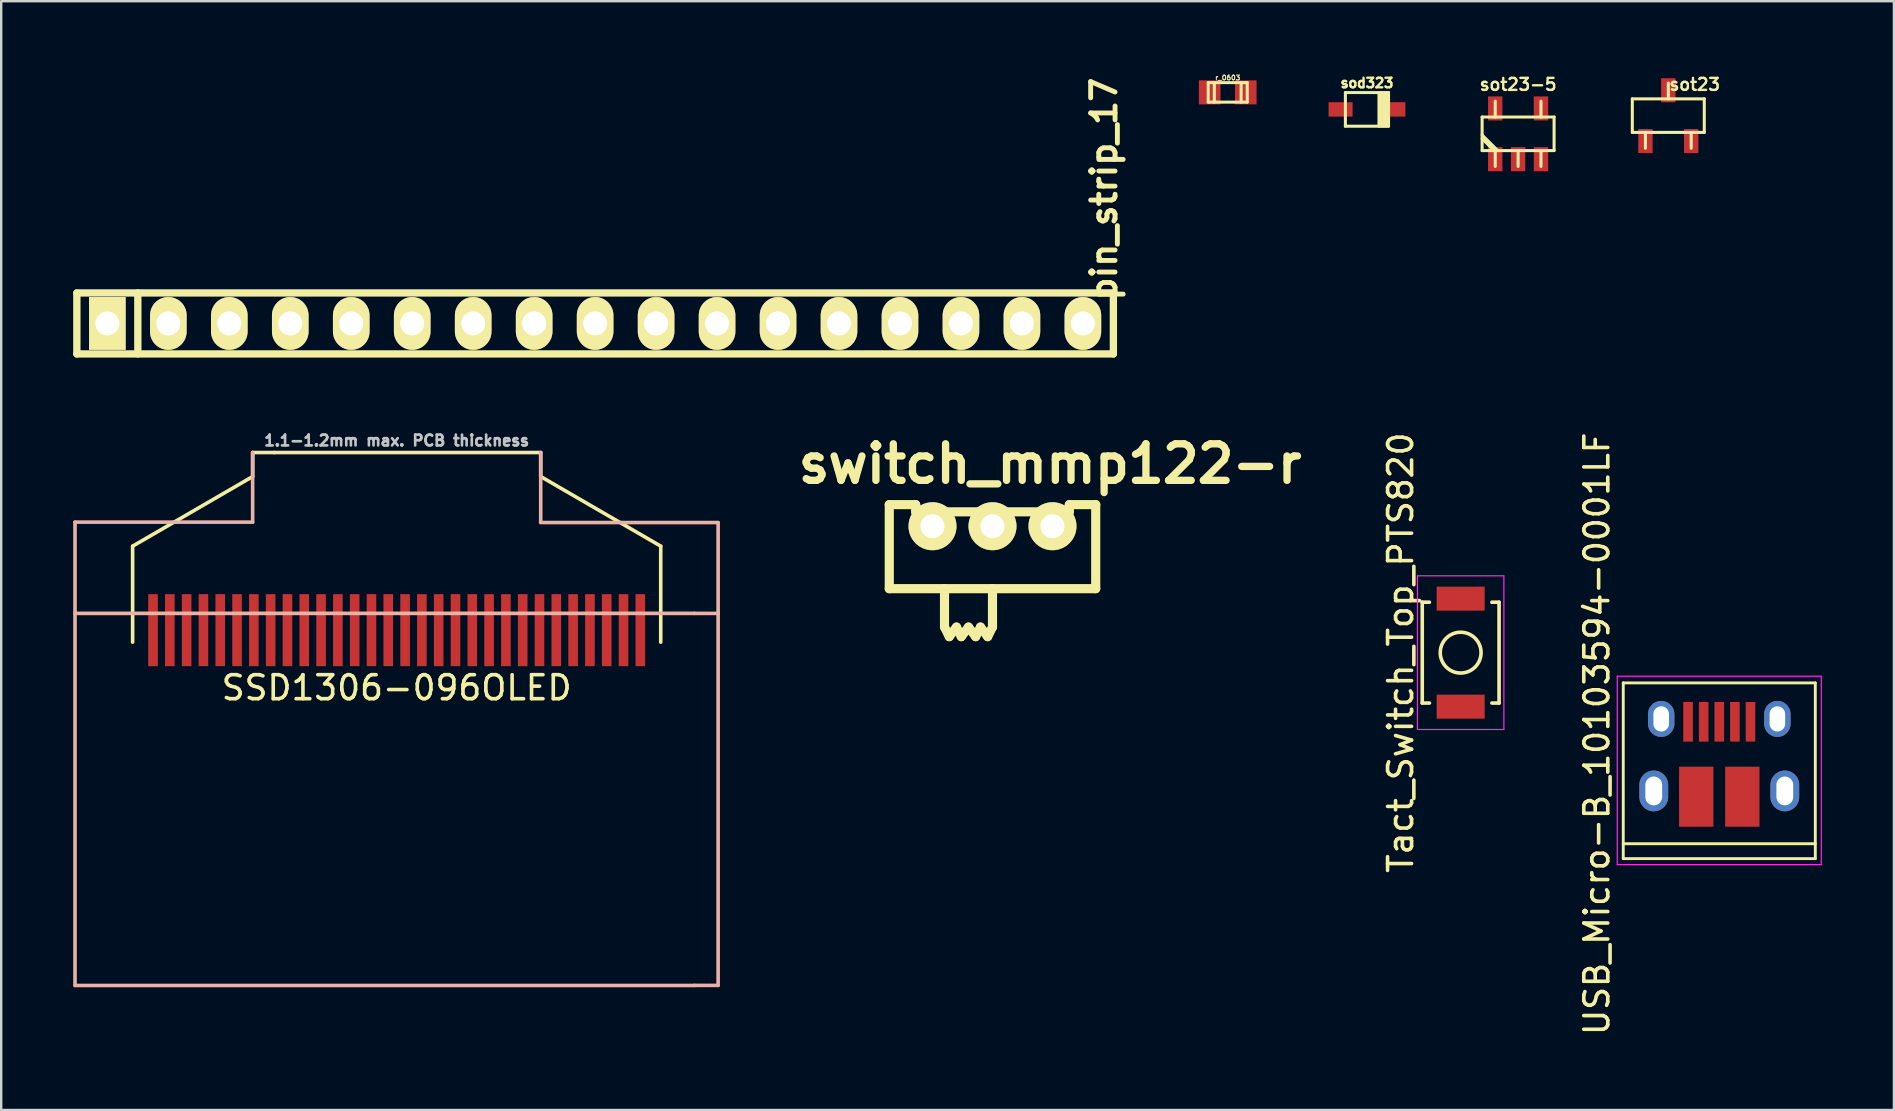
<source format=kicad_pcb>
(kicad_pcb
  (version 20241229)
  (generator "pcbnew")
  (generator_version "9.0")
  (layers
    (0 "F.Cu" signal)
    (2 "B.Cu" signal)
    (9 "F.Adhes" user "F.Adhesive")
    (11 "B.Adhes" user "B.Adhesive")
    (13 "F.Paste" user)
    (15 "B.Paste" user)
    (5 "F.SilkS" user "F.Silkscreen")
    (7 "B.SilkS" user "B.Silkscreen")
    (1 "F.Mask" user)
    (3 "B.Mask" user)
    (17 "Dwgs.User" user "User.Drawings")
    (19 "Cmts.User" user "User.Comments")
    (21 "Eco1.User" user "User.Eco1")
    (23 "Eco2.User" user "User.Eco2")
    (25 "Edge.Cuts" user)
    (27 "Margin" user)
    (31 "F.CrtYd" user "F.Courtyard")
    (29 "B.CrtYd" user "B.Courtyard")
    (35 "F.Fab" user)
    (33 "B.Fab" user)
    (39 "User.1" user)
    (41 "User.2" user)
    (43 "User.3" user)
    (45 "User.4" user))
  (footprint "sod323"
    (placed yes)
    (layer "F.Cu")
    (at 53.896 1.507)
    (property "Reference" "sod323" (at 0 -1.1 0) (layer "F.SilkS") (effects (font (size 0.399 0.399) (thickness 0.099))))
    (attr through_hole)
    (fp_line (start -0.899 -0.701) (end -0.899 0.701) (stroke (width 0.127) (type solid)) (layer "F.SilkS"))
    (fp_line (start -0.899 0.701) (end 0.899 0.701) (stroke (width 0.127) (type solid)) (layer "F.SilkS"))
    (fp_line (start 0.5 -0.701) (end 0.5 0.701) (stroke (width 0.127) (type solid)) (layer "F.SilkS"))
    (fp_line (start 0.599 -0.701) (end 0.599 0.701) (stroke (width 0.127) (type solid)) (layer "F.SilkS"))
    (fp_line (start 0.701 0.701) (end 0.701 -0.701) (stroke (width 0.127) (type solid)) (layer "F.SilkS"))
    (fp_line (start 0.8 -0.701) (end 0.8 0.701) (stroke (width 0.127) (type solid)) (layer "F.SilkS"))
    (fp_line (start 0.899 -0.701) (end -0.899 -0.701) (stroke (width 0.127) (type solid)) (layer "F.SilkS"))
    (fp_line (start 0.899 0.701) (end 0.899 -0.701) (stroke (width 0.127) (type solid)) (layer "F.SilkS"))
    (pad "1" smd rect (at -1.1 0) (size 1.001 0.599) (layers "F.Cu" "F.Mask" "F.Paste"))
    (pad "2" smd rect (at 1.1 0) (size 1.001 0.599) (layers "F.Cu" "F.Mask" "F.Paste")))
  (footprint "SSD1306-096OLED"
    (layer "F.Cu")
    (at 13.475 23.202)
    (property "Reference" "SSD1306-096OLED" (at 0 2.4 0) (layer "F.SilkS") (effects (font (size 1 1) (thickness 0.15))))
    (attr through_hole)
    (fp_line (start -11 0.5) (end -11 -3.5) (stroke (width 0.15) (type solid)) (layer "F.SilkS"))
    (fp_line (start -6 -7.4) (end -6 -6.4) (stroke (width 0.15) (type solid)) (layer "F.SilkS"))
    (fp_line (start -6 -7.4) (end -5.1 -7.4) (stroke (width 0.15) (type solid)) (layer "F.SilkS"))
    (fp_line (start -6 -6.4) (end -11 -3.5) (stroke (width 0.15) (type solid)) (layer "F.SilkS"))
    (fp_line (start -5.1 -7.4) (end 6 -7.4) (stroke (width 0.15) (type solid)) (layer "F.SilkS"))
    (fp_line (start 6 -6.4) (end 6 -7.4) (stroke (width 0.15) (type solid)) (layer "F.SilkS"))
    (fp_line (start 11 -3.5) (end 6 -6.4) (stroke (width 0.15) (type solid)) (layer "F.SilkS"))
    (fp_line (start 11 0.5) (end 11 -3.5) (stroke (width 0.15) (type solid)) (layer "F.SilkS"))
    (fp_line (start -13.4 -4.5) (end -13.4 14.8) (stroke (width 0.15) (type solid)) (layer "B.SilkS"))
    (fp_line (start -13.4 14.8) (end 12.4 14.8) (stroke (width 0.15) (type solid)) (layer "B.SilkS"))
    (fp_line (start -6 -4.5) (end -13.4 -4.5) (stroke (width 0.15) (type solid)) (layer "B.SilkS"))
    (fp_line (start -6 -4.5) (end -6 -7.4) (stroke (width 0.15) (type solid)) (layer "B.SilkS"))
    (fp_line (start 5.994 -4.483) (end 13.386 -4.483) (stroke (width 0.15) (type solid)) (layer "B.SilkS"))
    (fp_line (start 6 -4.5) (end 6 -7.4) (stroke (width 0.15) (type solid)) (layer "B.SilkS"))
    (fp_line (start 12.4 -0.7) (end -13.4 -0.7) (stroke (width 0.15) (type solid)) (layer "B.SilkS"))
    (fp_line (start 12.405 14.798) (end 13.391 14.798) (stroke (width 0.15) (type solid)) (layer "B.SilkS"))
    (fp_line (start 12.408 -0.699) (end 13.386 -0.699) (stroke (width 0.15) (type solid)) (layer "B.SilkS"))
    (fp_line (start 13.391 -4.481) (end 13.391 14.798) (stroke (width 0.15) (type solid)) (layer "B.SilkS"))
    (fp_text user "1.1-1.2mm max. PCB thickness" (at 0 -7.9 0) (layer "Dwgs.User") (effects (font (size 0.45 0.45) (thickness 0.11))))
    (pad "1" smd rect (at -10.15 0) (size 0.4 3) (layers "F.Cu" "F.Mask" "F.Paste"))
    (pad "2" smd rect (at -9.45 0) (size 0.4 3) (layers "F.Cu" "F.Mask" "F.Paste"))
    (pad "3" smd rect (at -8.75 0) (size 0.4 3) (layers "F.Cu" "F.Mask" "F.Paste"))
    (pad "4" smd rect (at -8.05 0) (size 0.4 3) (layers "F.Cu" "F.Mask" "F.Paste"))
    (pad "5" smd rect (at -7.35 0) (size 0.4 3) (layers "F.Cu" "F.Mask" "F.Paste"))
    (pad "6" smd rect (at -6.65 0) (size 0.4 3) (layers "F.Cu" "F.Mask" "F.Paste"))
    (pad "7" smd rect (at -5.95 0) (size 0.4 3) (layers "F.Cu" "F.Mask" "F.Paste"))
    (pad "8" smd rect (at -5.25 0) (size 0.4 3) (layers "F.Cu" "F.Mask" "F.Paste"))
    (pad "9" smd rect (at -4.55 0) (size 0.4 3) (layers "F.Cu" "F.Mask" "F.Paste"))
    (pad "10" smd rect (at -3.85 0) (size 0.4 3) (layers "F.Cu" "F.Mask" "F.Paste"))
    (pad "11" smd rect (at -3.15 0) (size 0.4 3) (layers "F.Cu" "F.Mask" "F.Paste"))
    (pad "12" smd rect (at -2.45 0) (size 0.4 3) (layers "F.Cu" "F.Mask" "F.Paste"))
    (pad "13" smd rect (at -1.75 0) (size 0.4 3) (layers "F.Cu" "F.Mask" "F.Paste"))
    (pad "14" smd rect (at -1.05 0) (size 0.4 3) (layers "F.Cu" "F.Mask" "F.Paste"))
    (pad "15" smd rect (at -0.35 0) (size 0.4 3) (layers "F.Cu" "F.Mask" "F.Paste"))
    (pad "16" smd rect (at 0.35 0) (size 0.4 3) (layers "F.Cu" "F.Mask" "F.Paste"))
    (pad "17" smd rect (at 1.05 0) (size 0.4 3) (layers "F.Cu" "F.Mask" "F.Paste"))
    (pad "18" smd rect (at 1.75 0) (size 0.4 3) (layers "F.Cu" "F.Mask" "F.Paste"))
    (pad "19" smd rect (at 2.45 0) (size 0.4 3) (layers "F.Cu" "F.Mask" "F.Paste"))
    (pad "20" smd rect (at 3.15 0) (size 0.4 3) (layers "F.Cu" "F.Mask" "F.Paste"))
    (pad "21" smd rect (at 3.85 0) (size 0.4 3) (layers "F.Cu" "F.Mask" "F.Paste"))
    (pad "22" smd rect (at 4.55 0) (size 0.4 3) (layers "F.Cu" "F.Mask" "F.Paste"))
    (pad "23" smd rect (at 5.25 0) (size 0.4 3) (layers "F.Cu" "F.Mask" "F.Paste"))
    (pad "24" smd rect (at 5.95 0) (size 0.4 3) (layers "F.Cu" "F.Mask" "F.Paste"))
    (pad "25" smd rect (at 6.65 0) (size 0.4 3) (layers "F.Cu" "F.Mask" "F.Paste"))
    (pad "26" smd rect (at 7.35 0) (size 0.4 3) (layers "F.Cu" "F.Mask" "F.Paste"))
    (pad "27" smd rect (at 8.05 0) (size 0.4 3) (layers "F.Cu" "F.Mask" "F.Paste"))
    (pad "28" smd rect (at 8.75 0) (size 0.4 3) (layers "F.Cu" "F.Mask" "F.Paste"))
    (pad "29" smd rect (at 9.45 0) (size 0.4 3) (layers "F.Cu" "F.Mask" "F.Paste"))
    (pad "30" smd rect (at 10.15 0) (size 0.4 3) (layers "F.Cu" "F.Mask" "F.Paste")))
  (footprint "switch_mmp122-r"
    (layer "F.Cu")
    (at 38.296 18.872)
    (property "Reference" "switch_mmp122-r" (at 2.4 -2.6 0) (layer "F.SilkS") (effects (font (size 1.524 1.524) (thickness 0.305))))
    (attr through_hole)
    (fp_line (start -4.3 -0.899) (end -4.3 2.601) (stroke (width 0.381) (type solid)) (layer "F.SilkS"))
    (fp_line (start -4.3 2.601) (end 4.3 2.601) (stroke (width 0.381) (type solid)) (layer "F.SilkS"))
    (fp_line (start -3.2 -0.899) (end -4.3 -0.899) (stroke (width 0.381) (type solid)) (layer "F.SilkS"))
    (fp_line (start -3.2 -0.599) (end -3.2 -0.899) (stroke (width 0.381) (type solid)) (layer "F.SilkS"))
    (fp_line (start -1.999 2.601) (end -1.999 4.201) (stroke (width 0.381) (type solid)) (layer "F.SilkS"))
    (fp_line (start -1.999 4.201) (end -1.801 4.6) (stroke (width 0.381) (type solid)) (layer "F.SilkS"))
    (fp_line (start -1.801 4.6) (end -1.501 4.201) (stroke (width 0.381) (type solid)) (layer "F.SilkS"))
    (fp_line (start -1.501 4.201) (end -1.3 4.6) (stroke (width 0.381) (type solid)) (layer "F.SilkS"))
    (fp_line (start -1.3 4.6) (end -1.001 4.201) (stroke (width 0.381) (type solid)) (layer "F.SilkS"))
    (fp_line (start -1.001 4.201) (end -0.701 4.6) (stroke (width 0.381) (type solid)) (layer "F.SilkS"))
    (fp_line (start -0.701 4.6) (end -0.5 4.201) (stroke (width 0.381) (type solid)) (layer "F.SilkS"))
    (fp_line (start -0.5 4.201) (end -0.201 4.6) (stroke (width 0.381) (type solid)) (layer "F.SilkS"))
    (fp_line (start -0.201 4.6) (end 0 4.201) (stroke (width 0.381) (type solid)) (layer "F.SilkS"))
    (fp_line (start 0 2.601) (end 0 4.201) (stroke (width 0.381) (type solid)) (layer "F.SilkS"))
    (fp_line (start 3.2 -0.899) (end 3.2 -0.599) (stroke (width 0.381) (type solid)) (layer "F.SilkS"))
    (fp_line (start 3.2 -0.599) (end -3.2 -0.599) (stroke (width 0.381) (type solid)) (layer "F.SilkS"))
    (fp_line (start 4.3 -0.899) (end 3.2 -0.899) (stroke (width 0.381) (type solid)) (layer "F.SilkS"))
    (fp_line (start 4.3 2.601) (end 4.3 -0.899) (stroke (width 0.381) (type solid)) (layer "F.SilkS"))
    (pad "1" thru_hole circle (at -2.499 0) (size 1.999 1.999) (drill 0.998) (layers "*.Cu" "*.Mask" "F.SilkS"))
    (pad "2" thru_hole circle (at 0 0) (size 1.999 1.999) (drill 0.998) (layers "*.Cu" "*.Mask" "F.SilkS"))
    (pad "3" thru_hole circle (at 2.499 0) (size 1.999 1.999) (drill 0.998) (layers "*.Cu" "*.Mask" "F.SilkS")))
  (footprint "pin_strip_17"
    (layer "F.Cu")
    (at 21.742 10.424)
    (property "Reference" "pin_strip_17" (at 21.2 -5.6 90) (layer "F.SilkS") (effects (font (size 1.016 1.016) (thickness 0.203))))
    (attr through_hole)
    (fp_line (start -21.59 -1.27) (end 21.59 -1.27) (stroke (width 0.305) (type solid)) (layer "F.SilkS"))
    (fp_line (start -21.59 1.27) (end -21.59 -1.27) (stroke (width 0.305) (type solid)) (layer "F.SilkS"))
    (fp_line (start -19.05 -1.27) (end -19.05 1.27) (stroke (width 0.305) (type solid)) (layer "F.SilkS"))
    (fp_line (start 21.59 -1.27) (end 21.59 1.27) (stroke (width 0.305) (type solid)) (layer "F.SilkS"))
    (fp_line (start 21.59 1.27) (end -21.59 1.27) (stroke (width 0.305) (type solid)) (layer "F.SilkS"))
    (pad "1" thru_hole rect (at -20.32 0) (size 1.524 2.2) (drill 1.001) (layers "*.Cu" "*.Mask" "F.SilkS"))
    (pad "2" thru_hole oval (at -17.78 0) (size 1.524 2.2) (drill 1.001) (layers "*.Cu" "*.Mask" "F.SilkS"))
    (pad "3" thru_hole oval (at -15.24 0) (size 1.524 2.2) (drill 1.001) (layers "*.Cu" "*.Mask" "F.SilkS"))
    (pad "4" thru_hole oval (at -12.7 0) (size 1.524 2.2) (drill 1.001) (layers "*.Cu" "*.Mask" "F.SilkS"))
    (pad "5" thru_hole oval (at -10.16 0) (size 1.524 2.2) (drill 1.001) (layers "*.Cu" "*.Mask" "F.SilkS"))
    (pad "6" thru_hole oval (at -7.62 0) (size 1.524 2.2) (drill 1.001) (layers "*.Cu" "*.Mask" "F.SilkS"))
    (pad "7" thru_hole oval (at -5.08 0) (size 1.524 2.2) (drill 1.001) (layers "*.Cu" "*.Mask" "F.SilkS"))
    (pad "8" thru_hole oval (at -2.54 0) (size 1.524 2.2) (drill 1.001) (layers "*.Cu" "*.Mask" "F.SilkS"))
    (pad "9" thru_hole oval (at 0 0) (size 1.524 2.2) (drill 1.001) (layers "*.Cu" "*.Mask" "F.SilkS"))
    (pad "10" thru_hole oval (at 2.54 0) (size 1.524 2.2) (drill 1.001) (layers "*.Cu" "*.Mask" "F.SilkS"))
    (pad "11" thru_hole oval (at 5.08 0) (size 1.524 2.2) (drill 1.001) (layers "*.Cu" "*.Mask" "F.SilkS"))
    (pad "12" thru_hole oval (at 7.62 0) (size 1.524 2.2) (drill 1.001) (layers "*.Cu" "*.Mask" "F.SilkS"))
    (pad "13" thru_hole oval (at 10.16 0) (size 1.524 2.2) (drill 1.001) (layers "*.Cu" "*.Mask" "F.SilkS"))
    (pad "14" thru_hole oval (at 12.7 0) (size 1.524 2.2) (drill 1.001) (layers "*.Cu" "*.Mask" "F.SilkS"))
    (pad "15" thru_hole oval (at 15.24 0) (size 1.524 2.2) (drill 1.001) (layers "*.Cu" "*.Mask" "F.SilkS"))
    (pad "16" thru_hole oval (at 17.78 0) (size 1.524 2.2) (drill 1.001) (layers "*.Cu" "*.Mask" "F.SilkS"))
    (pad "17" thru_hole oval (at 20.32 0) (size 1.524 2.2) (drill 1.001) (layers "*.Cu" "*.Mask" "F.SilkS")))
  (footprint "sot23-5"
    (layer "F.Cu")
    (at 60.192 2.524)
    (property "Reference" "sot23-5" (at 0 -2.057 0) (layer "F.SilkS") (effects (font (size 0.5 0.5) (thickness 0.099))))
    (attr through_hole)
    (fp_line (start -1.499 -0.699) (end 1.499 -0.699) (stroke (width 0.127) (type solid)) (layer "F.SilkS"))
    (fp_line (start -1.499 0.699) (end -1.499 -0.699) (stroke (width 0.127) (type solid)) (layer "F.SilkS"))
    (fp_line (start -1.003 0.699) (end -1.499 0.203) (stroke (width 0.127) (type solid)) (layer "F.SilkS"))
    (fp_line (start -0.953 -0.699) (end -0.953 -1.359) (stroke (width 0.127) (type solid)) (layer "F.SilkS"))
    (fp_line (start -0.953 0.699) (end -0.953 1.359) (stroke (width 0.127) (type solid)) (layer "F.SilkS"))
    (fp_line (start -0.851 0.699) (end -1.499 0.051) (stroke (width 0.127) (type solid)) (layer "F.SilkS"))
    (fp_line (start 0 0.699) (end 0 1.359) (stroke (width 0.127) (type solid)) (layer "F.SilkS"))
    (fp_line (start 0.953 -0.699) (end 0.953 -1.359) (stroke (width 0.127) (type solid)) (layer "F.SilkS"))
    (fp_line (start 0.953 0.699) (end 0.953 1.359) (stroke (width 0.127) (type solid)) (layer "F.SilkS"))
    (fp_line (start 1.499 -0.699) (end 1.499 0.699) (stroke (width 0.127) (type solid)) (layer "F.SilkS"))
    (fp_line (start 1.499 0.699) (end -1.499 0.699) (stroke (width 0.127) (type solid)) (layer "F.SilkS"))
    (pad "1" smd rect (at -0.953 1.057) (size 0.599 1.001) (layers "F.Cu" "F.Mask" "F.Paste"))
    (pad "2" smd rect (at 0 1.057) (size 0.599 1.001) (layers "F.Cu" "F.Mask" "F.Paste"))
    (pad "3" smd rect (at 0.953 1.057) (size 0.599 1.001) (layers "F.Cu" "F.Mask" "F.Paste"))
    (pad "4" smd rect (at 0.953 -1.057) (size 0.599 1.001) (layers "F.Cu" "F.Mask" "F.Paste"))
    (pad "5" smd rect (at -0.953 -1.057) (size 0.599 1.001) (layers "F.Cu" "F.Mask" "F.Paste")))
  (footprint "Tact_Switch_Top_PTS820"
    (layer "F.Cu")
    (at 57.799 24.138)
    (property "Reference" "Tact_Switch_Top_PTS820" (at -2.5 0 270) (layer "F.SilkS") (effects (font (size 1 1) (thickness 0.15))))
    (attr through_hole)
    (fp_line (start -1.6 -2.1) (end -1.6 2.1) (stroke (width 0.15) (type solid)) (layer "F.SilkS"))
    (fp_line (start -1.6 -2.1) (end -1.3 -2.1) (stroke (width 0.15) (type solid)) (layer "F.SilkS"))
    (fp_line (start -1.6 2.1) (end -1.3 2.1) (stroke (width 0.15) (type solid)) (layer "F.SilkS"))
    (fp_line (start 1.6 -2.1) (end 1.3 -2.1) (stroke (width 0.15) (type solid)) (layer "F.SilkS"))
    (fp_line (start 1.6 -2.1) (end 1.6 2.1) (stroke (width 0.15) (type solid)) (layer "F.SilkS"))
    (fp_line (start 1.6 2.1) (end 1.3 2.1) (stroke (width 0.15) (type solid)) (layer "F.SilkS"))
    (fp_circle (center 0 0) (end 0 0.85) (stroke (width 0.15) (type solid)) (fill no) (layer "F.SilkS"))
    (fp_line (start -1.8 -3.2) (end 1.8 -3.2) (stroke (width 0.05) (type solid)) (layer "F.CrtYd"))
    (fp_line (start -1.8 3.2) (end -1.8 -3.2) (stroke (width 0.05) (type solid)) (layer "F.CrtYd"))
    (fp_line (start 1.8 -3.2) (end 1.8 3.2) (stroke (width 0.05) (type solid)) (layer "F.CrtYd"))
    (fp_line (start 1.8 3.2) (end -1.8 3.2) (stroke (width 0.05) (type solid)) (layer "F.CrtYd"))
    (pad "1" smd rect (at 0 -2.25 270) (size 1 2) (layers "F.Cu" "F.Mask" "F.Paste"))
    (pad "2" smd rect (at 0 2.25 270) (size 1 2) (layers "F.Cu" "F.Mask" "F.Paste")))
  (footprint "r_0603"
    (layer "F.Cu")
    (at 48.095 0.798)
    (property "Reference" "r_0603" (at 0 -0.61 0) (layer "F.SilkS") (effects (font (size 0.201 0.201) (thickness 0.041))))
    (attr through_hole)
    (fp_line (start -0.813 -0.406) (end 0.813 -0.406) (stroke (width 0.127) (type solid)) (layer "F.SilkS"))
    (fp_line (start -0.813 0.406) (end -0.813 -0.406) (stroke (width 0.127) (type solid)) (layer "F.SilkS"))
    (fp_line (start -0.559 -0.381) (end -0.559 0.406) (stroke (width 0.127) (type solid)) (layer "F.SilkS"))
    (fp_line (start 0.559 0.406) (end 0.559 -0.406) (stroke (width 0.127) (type solid)) (layer "F.SilkS"))
    (fp_line (start 0.813 -0.406) (end 0.813 0.406) (stroke (width 0.127) (type solid)) (layer "F.SilkS"))
    (fp_line (start 0.813 0.406) (end -0.813 0.406) (stroke (width 0.127) (type solid)) (layer "F.SilkS"))
    (pad "1" smd rect (at 0.752 0) (size 0.899 1.001) (layers "F.Cu" "F.Mask" "F.Paste"))
    (pad "2" smd rect (at -0.752 0) (size 0.899 1.001) (layers "F.Cu" "F.Mask" "F.Paste")))
  (footprint "sot23"
    (layer "F.Cu")
    (at 66.449 1.767)
    (property "Reference" "sot23" (at 1.1 -1.3 0) (layer "F.SilkS") (effects (font (size 0.5 0.5) (thickness 0.099))))
    (attr through_hole)
    (fp_line (start -1.499 -0.699) (end 1.499 -0.699) (stroke (width 0.127) (type solid)) (layer "F.SilkS"))
    (fp_line (start -1.499 0.699) (end -1.499 -0.699) (stroke (width 0.127) (type solid)) (layer "F.SilkS"))
    (fp_line (start -0.953 0.699) (end -0.953 1.359) (stroke (width 0.127) (type solid)) (layer "F.SilkS"))
    (fp_line (start 0 -0.699) (end 0 -1.359) (stroke (width 0.127) (type solid)) (layer "F.SilkS"))
    (fp_line (start 0.953 0.699) (end 0.953 1.359) (stroke (width 0.127) (type solid)) (layer "F.SilkS"))
    (fp_line (start 1.499 -0.699) (end 1.499 0.699) (stroke (width 0.127) (type solid)) (layer "F.SilkS"))
    (fp_line (start 1.499 0.699) (end -1.499 0.699) (stroke (width 0.127) (type solid)) (layer "F.SilkS"))
    (pad "1" smd rect (at -0.953 1.057) (size 0.599 1.001) (layers "F.Cu" "F.Mask" "F.Paste"))
    (pad "2" smd rect (at 0 -1.057) (size 0.599 1.001) (layers "F.Cu" "F.Mask" "F.Paste"))
    (pad "3" smd rect (at 0.953 1.057) (size 0.599 1.001) (layers "F.Cu" "F.Mask" "F.Paste")))
  (footprint "USB_Micro-B_10103594-0001LF"
    (layer "F.Cu")
    (at 68.573 28.519)
    (property "Reference" "USB_Micro-B_10103594-0001LF" (at -5.1 -1 90) (layer "F.SilkS") (effects (font (size 1 1) (thickness 0.15))))
    (attr smd)
    (fp_line (start -4 -3.12) (end 4 -3.12) (stroke (width 0.12) (type solid)) (layer "F.SilkS"))
    (fp_line (start -4 4.2) (end -4 -3.12) (stroke (width 0.12) (type solid)) (layer "F.SilkS"))
    (fp_line (start -4 4.2) (end 4 4.2) (stroke (width 0.12) (type solid)) (layer "F.SilkS"))
    (fp_line (start 4 -3.12) (end 4 4.2) (stroke (width 0.12) (type solid)) (layer "F.SilkS"))
    (fp_line (start 4 3.58) (end -4 3.58) (stroke (width 0.12) (type solid)) (layer "F.SilkS"))
    (fp_line (start -4.25 -3.4) (end 4.25 -3.4) (stroke (width 0.05) (type solid)) (layer "F.CrtYd"))
    (fp_line (start -4.25 4.45) (end -4.25 -3.4) (stroke (width 0.05) (type solid)) (layer "F.CrtYd"))
    (fp_line (start 4.25 -3.4) (end 4.25 4.45) (stroke (width 0.05) (type solid)) (layer "F.CrtYd"))
    (fp_line (start 4.25 4.45) (end -4.25 4.45) (stroke (width 0.05) (type solid)) (layer "F.CrtYd"))
    (pad "1" smd rect (at -1.3 -1.5 90) (size 1.65 0.4) (layers "F.Cu" "F.Mask" "F.Paste"))
    (pad "2" smd rect (at -0.65 -1.5 90) (size 1.65 0.4) (layers "F.Cu" "F.Mask" "F.Paste"))
    (pad "3" smd rect (at 0 -1.5 90) (size 1.65 0.4) (layers "F.Cu" "F.Mask" "F.Paste"))
    (pad "4" smd rect (at 0.65 -1.5 90) (size 1.65 0.4) (layers "F.Cu" "F.Mask" "F.Paste"))
    (pad "5" smd rect (at 1.3 -1.5 90) (size 1.65 0.4) (layers "F.Cu" "F.Mask" "F.Paste"))
    (pad "6" thru_hole oval (at -2.73 1.38 90) (size 1.7 1.2) (drill oval 1.2 0.7) (layers "*.Cu" "*.Mask"))
    (pad "6" thru_hole oval (at -2.42 -1.62 90) (size 1.5 1.1) (drill oval 1.05 0.65) (layers "*.Cu" "*.Mask"))
    (pad "6" smd rect (at -0.96 1.62 90) (size 2.5 1.43) (layers "F.Cu" "F.Mask" "F.Paste"))
    (pad "6" smd rect (at 0.96 1.62 90) (size 2.5 1.43) (layers "F.Cu" "F.Mask" "F.Paste"))
    (pad "6" thru_hole oval (at 2.42 -1.62 90) (size 1.5 1.1) (drill oval 1.05 0.65) (layers "*.Cu" "*.Mask"))
    (pad "6" thru_hole oval (at 2.73 1.38 90) (size 1.7 1.2) (drill oval 1.2 0.7) (layers "*.Cu" "*.Mask")))
  (gr_rect
    (start -3 -3)
    (end 75.848 43.191)
    (stroke (width 0.1) (type default))
    (fill no)
    (layer "Edge.Cuts")))
</source>
